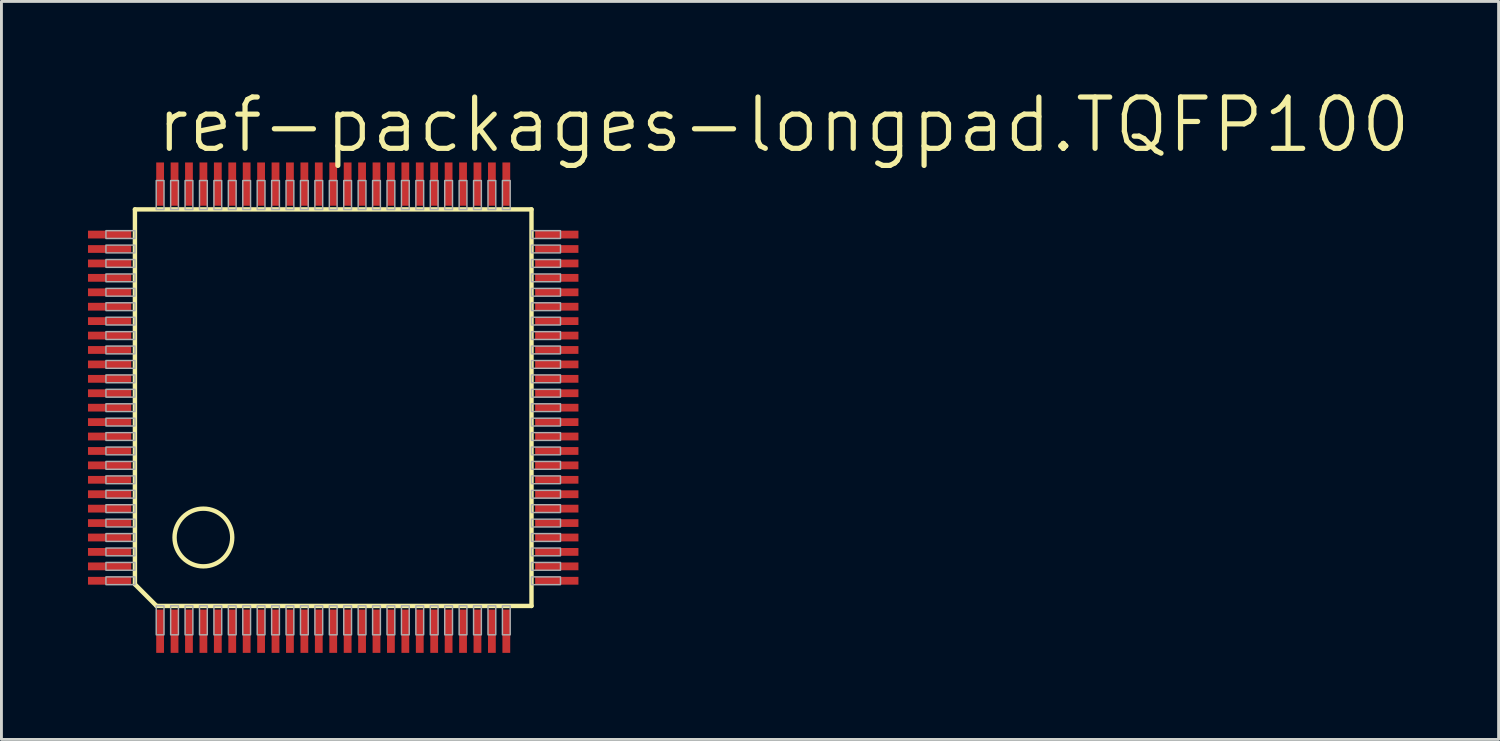
<source format=kicad_pcb>
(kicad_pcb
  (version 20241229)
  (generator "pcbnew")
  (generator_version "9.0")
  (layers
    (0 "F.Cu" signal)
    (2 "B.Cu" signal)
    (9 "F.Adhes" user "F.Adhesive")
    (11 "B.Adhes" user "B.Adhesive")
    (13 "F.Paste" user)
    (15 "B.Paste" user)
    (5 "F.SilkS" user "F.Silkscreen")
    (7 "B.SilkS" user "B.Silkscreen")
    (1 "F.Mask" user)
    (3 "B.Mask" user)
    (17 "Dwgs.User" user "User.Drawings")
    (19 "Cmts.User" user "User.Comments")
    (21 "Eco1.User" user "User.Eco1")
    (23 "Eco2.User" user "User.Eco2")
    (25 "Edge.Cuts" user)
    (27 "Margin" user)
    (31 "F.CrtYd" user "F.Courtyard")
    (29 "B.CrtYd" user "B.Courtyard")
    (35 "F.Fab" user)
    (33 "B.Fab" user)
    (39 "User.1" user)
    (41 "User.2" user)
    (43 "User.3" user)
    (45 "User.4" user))
  (footprint "ref-packages-longpad.TQFP100"
    (layer "F.Cu")
    (at 8.5 11.081)
    (property "Reference" "ref-packages-longpad.TQFP100" (at -6.223 -8.763 0) (layer "F.SilkS") (effects (font (size 1.778 1.778) (thickness 0.18)) (justify left bottom)))
    (attr smd)
    (fp_line (start -6.873 -6.873) (end 6.873 -6.873) (stroke (width 0.152) (type default)) (layer "F.SilkS"))
    (fp_line (start -6.873 6.123) (end -6.873 -6.873) (stroke (width 0.152) (type default)) (layer "F.SilkS"))
    (fp_line (start -6.123 6.873) (end -6.873 6.123) (stroke (width 0.152) (type default)) (layer "F.SilkS"))
    (fp_line (start 6.873 -6.873) (end 6.873 6.873) (stroke (width 0.152) (type default)) (layer "F.SilkS"))
    (fp_line (start 6.873 6.873) (end -6.123 6.873) (stroke (width 0.152) (type default)) (layer "F.SilkS"))
    (fp_circle (center -4.5 4.5) (end -3.5 4.5) (stroke (width 0.152) (type default)) (fill no) (layer "F.SilkS"))
    (fp_rect (start -7.878 -5.865) (end -6.873 -6.135) (stroke (width 0.05) (type default)) (fill no) (layer "F.Fab"))
    (fp_rect (start -7.878 -5.365) (end -6.873 -5.635) (stroke (width 0.05) (type default)) (fill no) (layer "F.Fab"))
    (fp_rect (start -7.878 -4.865) (end -6.873 -5.135) (stroke (width 0.05) (type default)) (fill no) (layer "F.Fab"))
    (fp_rect (start -7.878 -4.365) (end -6.873 -4.635) (stroke (width 0.05) (type default)) (fill no) (layer "F.Fab"))
    (fp_rect (start -7.878 -3.865) (end -6.873 -4.135) (stroke (width 0.05) (type default)) (fill no) (layer "F.Fab"))
    (fp_rect (start -7.878 -3.365) (end -6.873 -3.635) (stroke (width 0.05) (type default)) (fill no) (layer "F.Fab"))
    (fp_rect (start -7.878 -2.865) (end -6.873 -3.135) (stroke (width 0.05) (type default)) (fill no) (layer "F.Fab"))
    (fp_rect (start -7.878 -2.365) (end -6.873 -2.635) (stroke (width 0.05) (type default)) (fill no) (layer "F.Fab"))
    (fp_rect (start -7.878 -1.865) (end -6.873 -2.135) (stroke (width 0.05) (type default)) (fill no) (layer "F.Fab"))
    (fp_rect (start -7.878 -1.365) (end -6.873 -1.635) (stroke (width 0.05) (type default)) (fill no) (layer "F.Fab"))
    (fp_rect (start -7.878 -0.865) (end -6.873 -1.135) (stroke (width 0.05) (type default)) (fill no) (layer "F.Fab"))
    (fp_rect (start -7.878 -0.365) (end -6.873 -0.635) (stroke (width 0.05) (type default)) (fill no) (layer "F.Fab"))
    (fp_rect (start -7.878 0.135) (end -6.873 -0.135) (stroke (width 0.05) (type default)) (fill no) (layer "F.Fab"))
    (fp_rect (start -7.878 0.635) (end -6.873 0.365) (stroke (width 0.05) (type default)) (fill no) (layer "F.Fab"))
    (fp_rect (start -7.878 1.135) (end -6.873 0.865) (stroke (width 0.05) (type default)) (fill no) (layer "F.Fab"))
    (fp_rect (start -7.878 1.635) (end -6.873 1.365) (stroke (width 0.05) (type default)) (fill no) (layer "F.Fab"))
    (fp_rect (start -7.878 2.135) (end -6.873 1.865) (stroke (width 0.05) (type default)) (fill no) (layer "F.Fab"))
    (fp_rect (start -7.878 2.635) (end -6.873 2.365) (stroke (width 0.05) (type default)) (fill no) (layer "F.Fab"))
    (fp_rect (start -7.878 3.135) (end -6.873 2.865) (stroke (width 0.05) (type default)) (fill no) (layer "F.Fab"))
    (fp_rect (start -7.878 3.635) (end -6.873 3.365) (stroke (width 0.05) (type default)) (fill no) (layer "F.Fab"))
    (fp_rect (start -7.878 4.135) (end -6.873 3.865) (stroke (width 0.05) (type default)) (fill no) (layer "F.Fab"))
    (fp_rect (start -7.878 4.635) (end -6.873 4.365) (stroke (width 0.05) (type default)) (fill no) (layer "F.Fab"))
    (fp_rect (start -7.878 5.135) (end -6.873 4.865) (stroke (width 0.05) (type default)) (fill no) (layer "F.Fab"))
    (fp_rect (start -7.878 5.635) (end -6.873 5.365) (stroke (width 0.05) (type default)) (fill no) (layer "F.Fab"))
    (fp_rect (start -7.878 6.135) (end -6.873 5.865) (stroke (width 0.05) (type default)) (fill no) (layer "F.Fab"))
    (fp_rect (start -6.135 -6.868) (end -5.865 -7.873) (stroke (width 0.05) (type default)) (fill no) (layer "F.Fab"))
    (fp_rect (start -6.135 7.873) (end -5.865 6.868) (stroke (width 0.05) (type default)) (fill no) (layer "F.Fab"))
    (fp_rect (start -5.635 -6.868) (end -5.365 -7.873) (stroke (width 0.05) (type default)) (fill no) (layer "F.Fab"))
    (fp_rect (start -5.635 7.873) (end -5.365 6.868) (stroke (width 0.05) (type default)) (fill no) (layer "F.Fab"))
    (fp_rect (start -5.135 -6.868) (end -4.865 -7.873) (stroke (width 0.05) (type default)) (fill no) (layer "F.Fab"))
    (fp_rect (start -5.135 7.873) (end -4.865 6.868) (stroke (width 0.05) (type default)) (fill no) (layer "F.Fab"))
    (fp_rect (start -4.635 -6.868) (end -4.365 -7.873) (stroke (width 0.05) (type default)) (fill no) (layer "F.Fab"))
    (fp_rect (start -4.635 7.873) (end -4.365 6.868) (stroke (width 0.05) (type default)) (fill no) (layer "F.Fab"))
    (fp_rect (start -4.135 -6.868) (end -3.865 -7.873) (stroke (width 0.05) (type default)) (fill no) (layer "F.Fab"))
    (fp_rect (start -4.135 7.873) (end -3.865 6.868) (stroke (width 0.05) (type default)) (fill no) (layer "F.Fab"))
    (fp_rect (start -3.635 -6.868) (end -3.365 -7.873) (stroke (width 0.05) (type default)) (fill no) (layer "F.Fab"))
    (fp_rect (start -3.635 7.873) (end -3.365 6.868) (stroke (width 0.05) (type default)) (fill no) (layer "F.Fab"))
    (fp_rect (start -3.135 -6.868) (end -2.865 -7.873) (stroke (width 0.05) (type default)) (fill no) (layer "F.Fab"))
    (fp_rect (start -3.135 7.873) (end -2.865 6.868) (stroke (width 0.05) (type default)) (fill no) (layer "F.Fab"))
    (fp_rect (start -2.635 -6.868) (end -2.365 -7.873) (stroke (width 0.05) (type default)) (fill no) (layer "F.Fab"))
    (fp_rect (start -2.635 7.873) (end -2.365 6.868) (stroke (width 0.05) (type default)) (fill no) (layer "F.Fab"))
    (fp_rect (start -2.135 -6.868) (end -1.865 -7.873) (stroke (width 0.05) (type default)) (fill no) (layer "F.Fab"))
    (fp_rect (start -2.135 7.873) (end -1.865 6.868) (stroke (width 0.05) (type default)) (fill no) (layer "F.Fab"))
    (fp_rect (start -1.635 -6.868) (end -1.365 -7.873) (stroke (width 0.05) (type default)) (fill no) (layer "F.Fab"))
    (fp_rect (start -1.635 7.873) (end -1.365 6.868) (stroke (width 0.05) (type default)) (fill no) (layer "F.Fab"))
    (fp_rect (start -1.135 -6.868) (end -0.865 -7.873) (stroke (width 0.05) (type default)) (fill no) (layer "F.Fab"))
    (fp_rect (start -1.135 7.873) (end -0.865 6.868) (stroke (width 0.05) (type default)) (fill no) (layer "F.Fab"))
    (fp_rect (start -0.635 -6.868) (end -0.365 -7.873) (stroke (width 0.05) (type default)) (fill no) (layer "F.Fab"))
    (fp_rect (start -0.635 7.873) (end -0.365 6.868) (stroke (width 0.05) (type default)) (fill no) (layer "F.Fab"))
    (fp_rect (start -0.135 -6.868) (end 0.135 -7.873) (stroke (width 0.05) (type default)) (fill no) (layer "F.Fab"))
    (fp_rect (start -0.135 7.873) (end 0.135 6.868) (stroke (width 0.05) (type default)) (fill no) (layer "F.Fab"))
    (fp_rect (start 0.365 -6.868) (end 0.635 -7.873) (stroke (width 0.05) (type default)) (fill no) (layer "F.Fab"))
    (fp_rect (start 0.365 7.873) (end 0.635 6.868) (stroke (width 0.05) (type default)) (fill no) (layer "F.Fab"))
    (fp_rect (start 0.865 -6.868) (end 1.135 -7.873) (stroke (width 0.05) (type default)) (fill no) (layer "F.Fab"))
    (fp_rect (start 0.865 7.873) (end 1.135 6.868) (stroke (width 0.05) (type default)) (fill no) (layer "F.Fab"))
    (fp_rect (start 1.365 -6.868) (end 1.635 -7.873) (stroke (width 0.05) (type default)) (fill no) (layer "F.Fab"))
    (fp_rect (start 1.365 7.873) (end 1.635 6.868) (stroke (width 0.05) (type default)) (fill no) (layer "F.Fab"))
    (fp_rect (start 1.865 -6.868) (end 2.135 -7.873) (stroke (width 0.05) (type default)) (fill no) (layer "F.Fab"))
    (fp_rect (start 1.865 7.873) (end 2.135 6.868) (stroke (width 0.05) (type default)) (fill no) (layer "F.Fab"))
    (fp_rect (start 2.365 -6.868) (end 2.635 -7.873) (stroke (width 0.05) (type default)) (fill no) (layer "F.Fab"))
    (fp_rect (start 2.365 7.873) (end 2.635 6.868) (stroke (width 0.05) (type default)) (fill no) (layer "F.Fab"))
    (fp_rect (start 2.865 -6.868) (end 3.135 -7.873) (stroke (width 0.05) (type default)) (fill no) (layer "F.Fab"))
    (fp_rect (start 2.865 7.873) (end 3.135 6.868) (stroke (width 0.05) (type default)) (fill no) (layer "F.Fab"))
    (fp_rect (start 3.365 -6.868) (end 3.635 -7.873) (stroke (width 0.05) (type default)) (fill no) (layer "F.Fab"))
    (fp_rect (start 3.365 7.873) (end 3.635 6.868) (stroke (width 0.05) (type default)) (fill no) (layer "F.Fab"))
    (fp_rect (start 3.865 -6.868) (end 4.135 -7.873) (stroke (width 0.05) (type default)) (fill no) (layer "F.Fab"))
    (fp_rect (start 3.865 7.873) (end 4.135 6.868) (stroke (width 0.05) (type default)) (fill no) (layer "F.Fab"))
    (fp_rect (start 4.365 -6.868) (end 4.635 -7.873) (stroke (width 0.05) (type default)) (fill no) (layer "F.Fab"))
    (fp_rect (start 4.365 7.873) (end 4.635 6.868) (stroke (width 0.05) (type default)) (fill no) (layer "F.Fab"))
    (fp_rect (start 4.865 -6.868) (end 5.135 -7.873) (stroke (width 0.05) (type default)) (fill no) (layer "F.Fab"))
    (fp_rect (start 4.865 7.873) (end 5.135 6.868) (stroke (width 0.05) (type default)) (fill no) (layer "F.Fab"))
    (fp_rect (start 5.365 -6.868) (end 5.635 -7.873) (stroke (width 0.05) (type default)) (fill no) (layer "F.Fab"))
    (fp_rect (start 5.365 7.873) (end 5.635 6.868) (stroke (width 0.05) (type default)) (fill no) (layer "F.Fab"))
    (fp_rect (start 5.865 -6.868) (end 6.135 -7.873) (stroke (width 0.05) (type default)) (fill no) (layer "F.Fab"))
    (fp_rect (start 5.865 7.873) (end 6.135 6.868) (stroke (width 0.05) (type default)) (fill no) (layer "F.Fab"))
    (fp_rect (start 6.873 -5.865) (end 7.878 -6.135) (stroke (width 0.05) (type default)) (fill no) (layer "F.Fab"))
    (fp_rect (start 6.873 -5.365) (end 7.878 -5.635) (stroke (width 0.05) (type default)) (fill no) (layer "F.Fab"))
    (fp_rect (start 6.873 -4.865) (end 7.878 -5.135) (stroke (width 0.05) (type default)) (fill no) (layer "F.Fab"))
    (fp_rect (start 6.873 -4.365) (end 7.878 -4.635) (stroke (width 0.05) (type default)) (fill no) (layer "F.Fab"))
    (fp_rect (start 6.873 -3.865) (end 7.878 -4.135) (stroke (width 0.05) (type default)) (fill no) (layer "F.Fab"))
    (fp_rect (start 6.873 -3.365) (end 7.878 -3.635) (stroke (width 0.05) (type default)) (fill no) (layer "F.Fab"))
    (fp_rect (start 6.873 -2.865) (end 7.878 -3.135) (stroke (width 0.05) (type default)) (fill no) (layer "F.Fab"))
    (fp_rect (start 6.873 -2.365) (end 7.878 -2.635) (stroke (width 0.05) (type default)) (fill no) (layer "F.Fab"))
    (fp_rect (start 6.873 -1.865) (end 7.878 -2.135) (stroke (width 0.05) (type default)) (fill no) (layer "F.Fab"))
    (fp_rect (start 6.873 -1.365) (end 7.878 -1.635) (stroke (width 0.05) (type default)) (fill no) (layer "F.Fab"))
    (fp_rect (start 6.873 -0.865) (end 7.878 -1.135) (stroke (width 0.05) (type default)) (fill no) (layer "F.Fab"))
    (fp_rect (start 6.873 -0.365) (end 7.878 -0.635) (stroke (width 0.05) (type default)) (fill no) (layer "F.Fab"))
    (fp_rect (start 6.873 0.135) (end 7.878 -0.135) (stroke (width 0.05) (type default)) (fill no) (layer "F.Fab"))
    (fp_rect (start 6.873 0.635) (end 7.878 0.365) (stroke (width 0.05) (type default)) (fill no) (layer "F.Fab"))
    (fp_rect (start 6.873 1.135) (end 7.878 0.865) (stroke (width 0.05) (type default)) (fill no) (layer "F.Fab"))
    (fp_rect (start 6.873 1.635) (end 7.878 1.365) (stroke (width 0.05) (type default)) (fill no) (layer "F.Fab"))
    (fp_rect (start 6.873 2.135) (end 7.878 1.865) (stroke (width 0.05) (type default)) (fill no) (layer "F.Fab"))
    (fp_rect (start 6.873 2.635) (end 7.878 2.365) (stroke (width 0.05) (type default)) (fill no) (layer "F.Fab"))
    (fp_rect (start 6.873 3.135) (end 7.878 2.865) (stroke (width 0.05) (type default)) (fill no) (layer "F.Fab"))
    (fp_rect (start 6.873 3.635) (end 7.878 3.365) (stroke (width 0.05) (type default)) (fill no) (layer "F.Fab"))
    (fp_rect (start 6.873 4.135) (end 7.878 3.865) (stroke (width 0.05) (type default)) (fill no) (layer "F.Fab"))
    (fp_rect (start 6.873 4.635) (end 7.878 4.365) (stroke (width 0.05) (type default)) (fill no) (layer "F.Fab"))
    (fp_rect (start 6.873 5.135) (end 7.878 4.865) (stroke (width 0.05) (type default)) (fill no) (layer "F.Fab"))
    (fp_rect (start 6.873 5.635) (end 7.878 5.365) (stroke (width 0.05) (type default)) (fill no) (layer "F.Fab"))
    (fp_rect (start 6.873 6.135) (end 7.878 5.865) (stroke (width 0.05) (type default)) (fill no) (layer "F.Fab"))
    (pad "1" smd roundrect (at -6 7.75) (size 0.27 1.5) (layers "F.Cu" "F.Mask" "F.Paste") (roundrect_rratio 0.01))
    (pad "2" smd roundrect (at -5.5 7.75) (size 0.27 1.5) (layers "F.Cu" "F.Mask" "F.Paste") (roundrect_rratio 0.01))
    (pad "3" smd roundrect (at -5 7.75) (size 0.27 1.5) (layers "F.Cu" "F.Mask" "F.Paste") (roundrect_rratio 0.01))
    (pad "4" smd roundrect (at -4.5 7.75) (size 0.27 1.5) (layers "F.Cu" "F.Mask" "F.Paste") (roundrect_rratio 0.01))
    (pad "5" smd roundrect (at -4 7.75) (size 0.27 1.5) (layers "F.Cu" "F.Mask" "F.Paste") (roundrect_rratio 0.01))
    (pad "6" smd roundrect (at -3.5 7.75) (size 0.27 1.5) (layers "F.Cu" "F.Mask" "F.Paste") (roundrect_rratio 0.01))
    (pad "7" smd roundrect (at -3 7.75) (size 0.27 1.5) (layers "F.Cu" "F.Mask" "F.Paste") (roundrect_rratio 0.01))
    (pad "8" smd roundrect (at -2.5 7.75) (size 0.27 1.5) (layers "F.Cu" "F.Mask" "F.Paste") (roundrect_rratio 0.01))
    (pad "9" smd roundrect (at -2 7.75) (size 0.27 1.5) (layers "F.Cu" "F.Mask" "F.Paste") (roundrect_rratio 0.01))
    (pad "10" smd roundrect (at -1.5 7.75) (size 0.27 1.5) (layers "F.Cu" "F.Mask" "F.Paste") (roundrect_rratio 0.01))
    (pad "11" smd roundrect (at -1 7.75) (size 0.27 1.5) (layers "F.Cu" "F.Mask" "F.Paste") (roundrect_rratio 0.01))
    (pad "12" smd roundrect (at -0.5 7.75) (size 0.27 1.5) (layers "F.Cu" "F.Mask" "F.Paste") (roundrect_rratio 0.01))
    (pad "13" smd roundrect (at 0 7.75) (size 0.27 1.5) (layers "F.Cu" "F.Mask" "F.Paste") (roundrect_rratio 0.01))
    (pad "14" smd roundrect (at 0.5 7.75) (size 0.27 1.5) (layers "F.Cu" "F.Mask" "F.Paste") (roundrect_rratio 0.01))
    (pad "15" smd roundrect (at 1 7.75) (size 0.27 1.5) (layers "F.Cu" "F.Mask" "F.Paste") (roundrect_rratio 0.01))
    (pad "16" smd roundrect (at 1.5 7.75) (size 0.27 1.5) (layers "F.Cu" "F.Mask" "F.Paste") (roundrect_rratio 0.01))
    (pad "17" smd roundrect (at 2 7.75) (size 0.27 1.5) (layers "F.Cu" "F.Mask" "F.Paste") (roundrect_rratio 0.01))
    (pad "18" smd roundrect (at 2.5 7.75) (size 0.27 1.5) (layers "F.Cu" "F.Mask" "F.Paste") (roundrect_rratio 0.01))
    (pad "19" smd roundrect (at 3 7.75) (size 0.27 1.5) (layers "F.Cu" "F.Mask" "F.Paste") (roundrect_rratio 0.01))
    (pad "20" smd roundrect (at 3.5 7.75) (size 0.27 1.5) (layers "F.Cu" "F.Mask" "F.Paste") (roundrect_rratio 0.01))
    (pad "21" smd roundrect (at 4 7.75) (size 0.27 1.5) (layers "F.Cu" "F.Mask" "F.Paste") (roundrect_rratio 0.01))
    (pad "22" smd roundrect (at 4.5 7.75) (size 0.27 1.5) (layers "F.Cu" "F.Mask" "F.Paste") (roundrect_rratio 0.01))
    (pad "23" smd roundrect (at 5 7.75) (size 0.27 1.5) (layers "F.Cu" "F.Mask" "F.Paste") (roundrect_rratio 0.01))
    (pad "24" smd roundrect (at 5.5 7.75) (size 0.27 1.5) (layers "F.Cu" "F.Mask" "F.Paste") (roundrect_rratio 0.01))
    (pad "25" smd roundrect (at 6 7.75) (size 0.27 1.5) (layers "F.Cu" "F.Mask" "F.Paste") (roundrect_rratio 0.01))
    (pad "26" smd roundrect (at 7.75 6) (size 1.5 0.27) (layers "F.Cu" "F.Mask" "F.Paste") (roundrect_rratio 0.01))
    (pad "27" smd roundrect (at 7.75 5.5) (size 1.5 0.27) (layers "F.Cu" "F.Mask" "F.Paste") (roundrect_rratio 0.01))
    (pad "28" smd roundrect (at 7.75 5) (size 1.5 0.27) (layers "F.Cu" "F.Mask" "F.Paste") (roundrect_rratio 0.01))
    (pad "29" smd roundrect (at 7.75 4.5) (size 1.5 0.27) (layers "F.Cu" "F.Mask" "F.Paste") (roundrect_rratio 0.01))
    (pad "30" smd roundrect (at 7.75 4) (size 1.5 0.27) (layers "F.Cu" "F.Mask" "F.Paste") (roundrect_rratio 0.01))
    (pad "31" smd roundrect (at 7.75 3.5) (size 1.5 0.27) (layers "F.Cu" "F.Mask" "F.Paste") (roundrect_rratio 0.01))
    (pad "32" smd roundrect (at 7.75 3) (size 1.5 0.27) (layers "F.Cu" "F.Mask" "F.Paste") (roundrect_rratio 0.01))
    (pad "33" smd roundrect (at 7.75 2.5) (size 1.5 0.27) (layers "F.Cu" "F.Mask" "F.Paste") (roundrect_rratio 0.01))
    (pad "34" smd roundrect (at 7.75 2) (size 1.5 0.27) (layers "F.Cu" "F.Mask" "F.Paste") (roundrect_rratio 0.01))
    (pad "35" smd roundrect (at 7.75 1.5) (size 1.5 0.27) (layers "F.Cu" "F.Mask" "F.Paste") (roundrect_rratio 0.01))
    (pad "36" smd roundrect (at 7.75 1) (size 1.5 0.27) (layers "F.Cu" "F.Mask" "F.Paste") (roundrect_rratio 0.01))
    (pad "37" smd roundrect (at 7.75 0.5) (size 1.5 0.27) (layers "F.Cu" "F.Mask" "F.Paste") (roundrect_rratio 0.01))
    (pad "38" smd roundrect (at 7.75 0) (size 1.5 0.27) (layers "F.Cu" "F.Mask" "F.Paste") (roundrect_rratio 0.01))
    (pad "39" smd roundrect (at 7.75 -0.5) (size 1.5 0.27) (layers "F.Cu" "F.Mask" "F.Paste") (roundrect_rratio 0.01))
    (pad "40" smd roundrect (at 7.75 -1) (size 1.5 0.27) (layers "F.Cu" "F.Mask" "F.Paste") (roundrect_rratio 0.01))
    (pad "41" smd roundrect (at 7.75 -1.5) (size 1.5 0.27) (layers "F.Cu" "F.Mask" "F.Paste") (roundrect_rratio 0.01))
    (pad "42" smd roundrect (at 7.75 -2) (size 1.5 0.27) (layers "F.Cu" "F.Mask" "F.Paste") (roundrect_rratio 0.01))
    (pad "43" smd roundrect (at 7.75 -2.5) (size 1.5 0.27) (layers "F.Cu" "F.Mask" "F.Paste") (roundrect_rratio 0.01))
    (pad "44" smd roundrect (at 7.75 -3) (size 1.5 0.27) (layers "F.Cu" "F.Mask" "F.Paste") (roundrect_rratio 0.01))
    (pad "45" smd roundrect (at 7.75 -3.5) (size 1.5 0.27) (layers "F.Cu" "F.Mask" "F.Paste") (roundrect_rratio 0.01))
    (pad "46" smd roundrect (at 7.75 -4) (size 1.5 0.27) (layers "F.Cu" "F.Mask" "F.Paste") (roundrect_rratio 0.01))
    (pad "47" smd roundrect (at 7.75 -4.5) (size 1.5 0.27) (layers "F.Cu" "F.Mask" "F.Paste") (roundrect_rratio 0.01))
    (pad "48" smd roundrect (at 7.75 -5) (size 1.5 0.27) (layers "F.Cu" "F.Mask" "F.Paste") (roundrect_rratio 0.01))
    (pad "49" smd roundrect (at 7.75 -5.5) (size 1.5 0.27) (layers "F.Cu" "F.Mask" "F.Paste") (roundrect_rratio 0.01))
    (pad "50" smd roundrect (at 7.75 -6) (size 1.5 0.27) (layers "F.Cu" "F.Mask" "F.Paste") (roundrect_rratio 0.01))
    (pad "51" smd roundrect (at 6 -7.75) (size 0.27 1.5) (layers "F.Cu" "F.Mask" "F.Paste") (roundrect_rratio 0.01))
    (pad "52" smd roundrect (at 5.5 -7.75) (size 0.27 1.5) (layers "F.Cu" "F.Mask" "F.Paste") (roundrect_rratio 0.01))
    (pad "53" smd roundrect (at 5 -7.75) (size 0.27 1.5) (layers "F.Cu" "F.Mask" "F.Paste") (roundrect_rratio 0.01))
    (pad "54" smd roundrect (at 4.5 -7.75) (size 0.27 1.5) (layers "F.Cu" "F.Mask" "F.Paste") (roundrect_rratio 0.01))
    (pad "55" smd roundrect (at 4 -7.75) (size 0.27 1.5) (layers "F.Cu" "F.Mask" "F.Paste") (roundrect_rratio 0.01))
    (pad "56" smd roundrect (at 3.5 -7.75) (size 0.27 1.5) (layers "F.Cu" "F.Mask" "F.Paste") (roundrect_rratio 0.01))
    (pad "57" smd roundrect (at 3 -7.75) (size 0.27 1.5) (layers "F.Cu" "F.Mask" "F.Paste") (roundrect_rratio 0.01))
    (pad "58" smd roundrect (at 2.5 -7.75) (size 0.27 1.5) (layers "F.Cu" "F.Mask" "F.Paste") (roundrect_rratio 0.01))
    (pad "59" smd roundrect (at 2 -7.75) (size 0.27 1.5) (layers "F.Cu" "F.Mask" "F.Paste") (roundrect_rratio 0.01))
    (pad "60" smd roundrect (at 1.5 -7.75) (size 0.27 1.5) (layers "F.Cu" "F.Mask" "F.Paste") (roundrect_rratio 0.01))
    (pad "61" smd roundrect (at 1 -7.75) (size 0.27 1.5) (layers "F.Cu" "F.Mask" "F.Paste") (roundrect_rratio 0.01))
    (pad "62" smd roundrect (at 0.5 -7.75) (size 0.27 1.5) (layers "F.Cu" "F.Mask" "F.Paste") (roundrect_rratio 0.01))
    (pad "63" smd roundrect (at 0 -7.75) (size 0.27 1.5) (layers "F.Cu" "F.Mask" "F.Paste") (roundrect_rratio 0.01))
    (pad "64" smd roundrect (at -0.5 -7.75) (size 0.27 1.5) (layers "F.Cu" "F.Mask" "F.Paste") (roundrect_rratio 0.01))
    (pad "65" smd roundrect (at -1 -7.75) (size 0.27 1.5) (layers "F.Cu" "F.Mask" "F.Paste") (roundrect_rratio 0.01))
    (pad "66" smd roundrect (at -1.5 -7.75) (size 0.27 1.5) (layers "F.Cu" "F.Mask" "F.Paste") (roundrect_rratio 0.01))
    (pad "67" smd roundrect (at -2 -7.75) (size 0.27 1.5) (layers "F.Cu" "F.Mask" "F.Paste") (roundrect_rratio 0.01))
    (pad "68" smd roundrect (at -2.5 -7.75) (size 0.27 1.5) (layers "F.Cu" "F.Mask" "F.Paste") (roundrect_rratio 0.01))
    (pad "69" smd roundrect (at -3 -7.75) (size 0.27 1.5) (layers "F.Cu" "F.Mask" "F.Paste") (roundrect_rratio 0.01))
    (pad "70" smd roundrect (at -3.5 -7.75) (size 0.27 1.5) (layers "F.Cu" "F.Mask" "F.Paste") (roundrect_rratio 0.01))
    (pad "71" smd roundrect (at -4 -7.75) (size 0.27 1.5) (layers "F.Cu" "F.Mask" "F.Paste") (roundrect_rratio 0.01))
    (pad "72" smd roundrect (at -4.5 -7.75) (size 0.27 1.5) (layers "F.Cu" "F.Mask" "F.Paste") (roundrect_rratio 0.01))
    (pad "73" smd roundrect (at -5 -7.75) (size 0.27 1.5) (layers "F.Cu" "F.Mask" "F.Paste") (roundrect_rratio 0.01))
    (pad "74" smd roundrect (at -5.5 -7.75) (size 0.27 1.5) (layers "F.Cu" "F.Mask" "F.Paste") (roundrect_rratio 0.01))
    (pad "75" smd roundrect (at -6 -7.75) (size 0.27 1.5) (layers "F.Cu" "F.Mask" "F.Paste") (roundrect_rratio 0.01))
    (pad "76" smd roundrect (at -7.75 -6) (size 1.5 0.27) (layers "F.Cu" "F.Mask" "F.Paste") (roundrect_rratio 0.01))
    (pad "77" smd roundrect (at -7.75 -5.5) (size 1.5 0.27) (layers "F.Cu" "F.Mask" "F.Paste") (roundrect_rratio 0.01))
    (pad "78" smd roundrect (at -7.75 -5) (size 1.5 0.27) (layers "F.Cu" "F.Mask" "F.Paste") (roundrect_rratio 0.01))
    (pad "79" smd roundrect (at -7.75 -4.5) (size 1.5 0.27) (layers "F.Cu" "F.Mask" "F.Paste") (roundrect_rratio 0.01))
    (pad "80" smd roundrect (at -7.75 -4) (size 1.5 0.27) (layers "F.Cu" "F.Mask" "F.Paste") (roundrect_rratio 0.01))
    (pad "81" smd roundrect (at -7.75 -3.5) (size 1.5 0.27) (layers "F.Cu" "F.Mask" "F.Paste") (roundrect_rratio 0.01))
    (pad "82" smd roundrect (at -7.75 -3) (size 1.5 0.27) (layers "F.Cu" "F.Mask" "F.Paste") (roundrect_rratio 0.01))
    (pad "83" smd roundrect (at -7.75 -2.5) (size 1.5 0.27) (layers "F.Cu" "F.Mask" "F.Paste") (roundrect_rratio 0.01))
    (pad "84" smd roundrect (at -7.75 -2) (size 1.5 0.27) (layers "F.Cu" "F.Mask" "F.Paste") (roundrect_rratio 0.01))
    (pad "85" smd roundrect (at -7.75 -1.5) (size 1.5 0.27) (layers "F.Cu" "F.Mask" "F.Paste") (roundrect_rratio 0.01))
    (pad "86" smd roundrect (at -7.75 -1) (size 1.5 0.27) (layers "F.Cu" "F.Mask" "F.Paste") (roundrect_rratio 0.01))
    (pad "87" smd roundrect (at -7.75 -0.5) (size 1.5 0.27) (layers "F.Cu" "F.Mask" "F.Paste") (roundrect_rratio 0.01))
    (pad "88" smd roundrect (at -7.75 0) (size 1.5 0.27) (layers "F.Cu" "F.Mask" "F.Paste") (roundrect_rratio 0.01))
    (pad "89" smd roundrect (at -7.75 0.5) (size 1.5 0.27) (layers "F.Cu" "F.Mask" "F.Paste") (roundrect_rratio 0.01))
    (pad "90" smd roundrect (at -7.75 1) (size 1.5 0.27) (layers "F.Cu" "F.Mask" "F.Paste") (roundrect_rratio 0.01))
    (pad "91" smd roundrect (at -7.75 1.5) (size 1.5 0.27) (layers "F.Cu" "F.Mask" "F.Paste") (roundrect_rratio 0.01))
    (pad "92" smd roundrect (at -7.75 2) (size 1.5 0.27) (layers "F.Cu" "F.Mask" "F.Paste") (roundrect_rratio 0.01))
    (pad "93" smd roundrect (at -7.75 2.5) (size 1.5 0.27) (layers "F.Cu" "F.Mask" "F.Paste") (roundrect_rratio 0.01))
    (pad "94" smd roundrect (at -7.75 3) (size 1.5 0.27) (layers "F.Cu" "F.Mask" "F.Paste") (roundrect_rratio 0.01))
    (pad "95" smd roundrect (at -7.75 3.5) (size 1.5 0.27) (layers "F.Cu" "F.Mask" "F.Paste") (roundrect_rratio 0.01))
    (pad "96" smd roundrect (at -7.75 4) (size 1.5 0.27) (layers "F.Cu" "F.Mask" "F.Paste") (roundrect_rratio 0.01))
    (pad "97" smd roundrect (at -7.75 4.5) (size 1.5 0.27) (layers "F.Cu" "F.Mask" "F.Paste") (roundrect_rratio 0.01))
    (pad "98" smd roundrect (at -7.75 5) (size 1.5 0.27) (layers "F.Cu" "F.Mask" "F.Paste") (roundrect_rratio 0.01))
    (pad "99" smd roundrect (at -7.75 5.5) (size 1.5 0.27) (layers "F.Cu" "F.Mask" "F.Paste") (roundrect_rratio 0.01))
    (pad "100" smd roundrect (at -7.75 6) (size 1.5 0.27) (layers "F.Cu" "F.Mask" "F.Paste") (roundrect_rratio 0.01)))
  (gr_rect
    (start -3 -3)
    (end 48.895 22.581)
    (stroke (width 0.1) (type default))
    (fill no)
    (layer "Edge.Cuts")))
</source>
